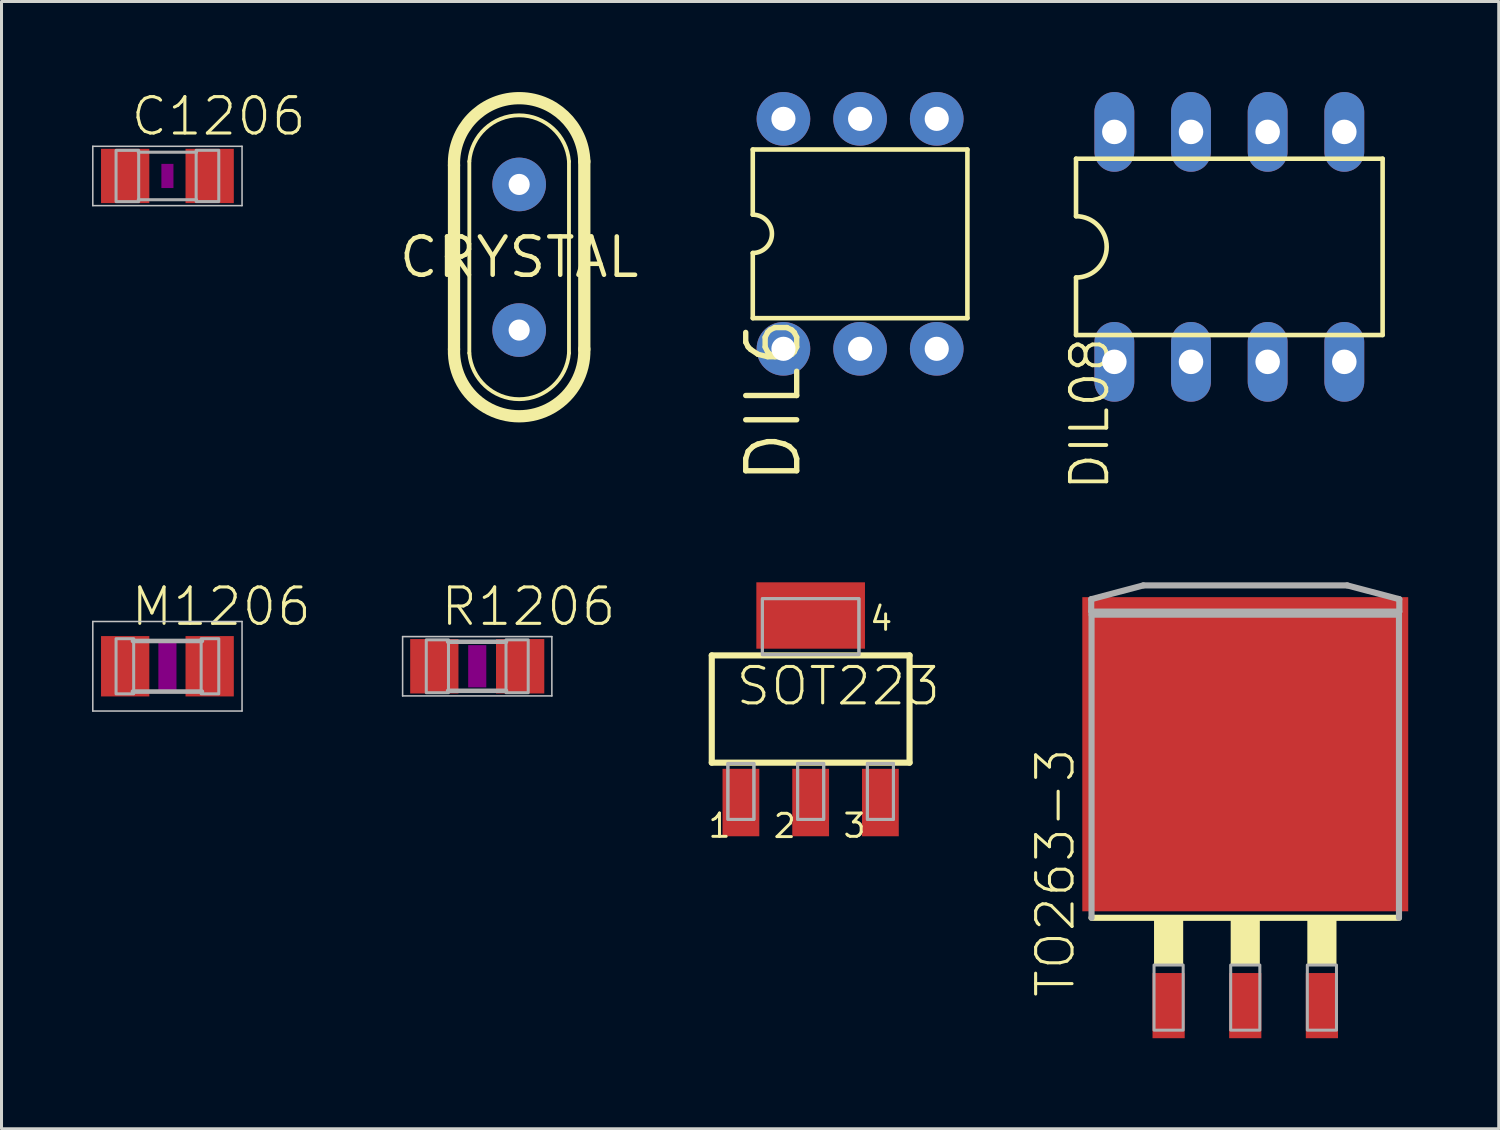
<source format=kicad_pcb>
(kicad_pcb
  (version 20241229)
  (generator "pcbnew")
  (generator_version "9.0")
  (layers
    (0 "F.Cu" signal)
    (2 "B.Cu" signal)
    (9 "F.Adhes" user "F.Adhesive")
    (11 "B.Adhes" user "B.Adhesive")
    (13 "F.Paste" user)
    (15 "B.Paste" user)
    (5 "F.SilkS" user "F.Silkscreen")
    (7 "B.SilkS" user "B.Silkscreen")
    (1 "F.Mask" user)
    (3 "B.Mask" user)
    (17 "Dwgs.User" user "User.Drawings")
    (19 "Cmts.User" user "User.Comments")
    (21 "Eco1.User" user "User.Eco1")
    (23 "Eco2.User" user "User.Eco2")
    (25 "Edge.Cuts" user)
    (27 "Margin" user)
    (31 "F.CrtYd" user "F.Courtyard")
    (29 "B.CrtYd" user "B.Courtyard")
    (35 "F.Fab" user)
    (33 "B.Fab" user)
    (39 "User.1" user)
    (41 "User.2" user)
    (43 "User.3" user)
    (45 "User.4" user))
  (footprint "SOT223"
    (layer "F.Cu")
    (at 23.814 20.446)
    (property "Reference" "SOT223" (at -2.54 -0.051 0) (layer "F.SilkS") (effects (font (size 1.206 1.206) (thickness 0.102)) (justify left bottom)))
    (attr through_hole)
    (fp_line (start -3.277 -1.778) (end 3.277 -1.778) (stroke (width 0.203) (type solid)) (layer "F.SilkS"))
    (fp_line (start -3.277 1.778) (end -3.277 -1.778) (stroke (width 0.203) (type solid)) (layer "F.SilkS"))
    (fp_line (start 3.277 -1.778) (end 3.277 1.778) (stroke (width 0.203) (type solid)) (layer "F.SilkS"))
    (fp_line (start 3.277 1.778) (end -3.277 1.778) (stroke (width 0.203) (type solid)) (layer "F.SilkS"))
    (fp_poly (pts (xy -2.743 3.658) (xy -1.88 3.658) (xy -1.88 1.803) (xy -2.743 1.803)) (stroke (width 0.1) (type solid)) (fill no) (layer "F.Fab"))
    (fp_poly (pts (xy -2.743 3.658) (xy -1.88 3.658) (xy -1.88 1.803) (xy -2.743 1.803)) (stroke (width 0.1) (type solid)) (fill no) (layer "F.Fab"))
    (fp_poly (pts (xy -1.6 -1.803) (xy 1.6 -1.803) (xy 1.6 -3.658) (xy -1.6 -3.658)) (stroke (width 0.1) (type solid)) (fill no) (layer "F.Fab"))
    (fp_poly (pts (xy -1.6 -1.803) (xy 1.6 -1.803) (xy 1.6 -3.658) (xy -1.6 -3.658)) (stroke (width 0.1) (type solid)) (fill no) (layer "F.Fab"))
    (fp_poly (pts (xy -0.432 3.658) (xy 0.432 3.658) (xy 0.432 1.803) (xy -0.432 1.803)) (stroke (width 0.1) (type solid)) (fill no) (layer "F.Fab"))
    (fp_poly (pts (xy -0.432 3.658) (xy 0.432 3.658) (xy 0.432 1.803) (xy -0.432 1.803)) (stroke (width 0.1) (type solid)) (fill no) (layer "F.Fab"))
    (fp_poly (pts (xy 1.88 3.658) (xy 2.743 3.658) (xy 2.743 1.803) (xy 1.88 1.803)) (stroke (width 0.1) (type solid)) (fill no) (layer "F.Fab"))
    (fp_poly (pts (xy 1.88 3.658) (xy 2.743 3.658) (xy 2.743 1.803) (xy 1.88 1.803)) (stroke (width 0.1) (type solid)) (fill no) (layer "F.Fab"))
    (fp_text user "4" (at 1.905 -2.54 0) (layer "F.SilkS") (effects (font (size 0.772 0.772) (thickness 0.098)) (justify left bottom)))
    (fp_text user "2" (at -1.291 4.327 0) (layer "F.SilkS") (effects (font (size 0.772 0.772) (thickness 0.098)) (justify left bottom)))
    (fp_text user "1" (at -3.453 4.318 0) (layer "F.SilkS") (effects (font (size 0.772 0.772) (thickness 0.098)) (justify left bottom)))
    (fp_text user "3" (at 1.021 4.318 0) (layer "F.SilkS") (effects (font (size 0.772 0.772) (thickness 0.098)) (justify left bottom)))
    (pad "1" smd rect (at -2.311 3.099) (size 1.219 2.235) (layers "F.Cu" "F.Mask" "F.Paste"))
    (pad "2" smd rect (at 0 3.099) (size 1.219 2.235) (layers "F.Cu" "F.Mask" "F.Paste"))
    (pad "3" smd rect (at 2.311 3.099) (size 1.219 2.235) (layers "F.Cu" "F.Mask" "F.Paste"))
    (pad "4" smd rect (at 0 -3.099) (size 3.6 2.2) (layers "F.Cu" "F.Mask" "F.Paste")))
  (footprint "TO263-3"
    (layer "F.Cu")
    (at 38.216 24.484)
    (property "Reference" "TO263-3" (at -5.588 5.588 90) (layer "F.SilkS") (effects (font (size 1.206 1.206) (thickness 0.102)) (justify left bottom)))
    (attr through_hole)
    (fp_line (start 5.094 2.88) (end -5.094 2.88) (stroke (width 0.203) (type solid)) (layer "F.SilkS"))
    (fp_poly (pts (xy -3.023 4.47) (xy -2.057 4.47) (xy -2.057 2.794) (xy -3.023 2.794)) (stroke (width 0) (type solid)) (fill yes) (layer "F.SilkS"))
    (fp_poly (pts (xy -0.483 4.47) (xy 0.483 4.47) (xy 0.483 2.794) (xy -0.483 2.794)) (stroke (width 0) (type solid)) (fill yes) (layer "F.SilkS"))
    (fp_poly (pts (xy 2.057 4.47) (xy 3.023 4.47) (xy 3.023 2.794) (xy 2.057 2.794)) (stroke (width 0) (type solid)) (fill yes) (layer "F.SilkS"))
    (fp_line (start -5.105 -7.678) (end -3.378 -8.135) (stroke (width 0.203) (type solid)) (layer "F.Fab"))
    (fp_line (start -5.105 -7.267) (end -5.105 -7.678) (stroke (width 0.203) (type solid)) (layer "F.Fab"))
    (fp_line (start -5.094 -7.165) (end 5.094 -7.165) (stroke (width 0.203) (type solid)) (layer "F.Fab"))
    (fp_line (start -5.094 2.88) (end -5.094 -7.165) (stroke (width 0.203) (type solid)) (layer "F.Fab"))
    (fp_line (start -3.378 -8.135) (end 3.378 -8.135) (stroke (width 0.203) (type solid)) (layer "F.Fab"))
    (fp_line (start 3.378 -8.135) (end 5.105 -7.678) (stroke (width 0.203) (type solid)) (layer "F.Fab"))
    (fp_line (start 5.094 -7.165) (end 5.094 2.88) (stroke (width 0.203) (type solid)) (layer "F.Fab"))
    (fp_line (start 5.105 -7.678) (end 5.105 -7.267) (stroke (width 0.203) (type solid)) (layer "F.Fab"))
    (fp_line (start 5.105 -7.267) (end -5.105 -7.267) (stroke (width 0.203) (type solid)) (layer "F.Fab"))
    (fp_poly (pts (xy -3.023 6.604) (xy -2.057 6.604) (xy -2.057 4.445) (xy -3.023 4.445)) (stroke (width 0.1) (type solid)) (fill no) (layer "F.Fab"))
    (fp_poly (pts (xy -0.483 6.604) (xy 0.483 6.604) (xy 0.483 4.445) (xy -0.483 4.445)) (stroke (width 0.1) (type solid)) (fill no) (layer "F.Fab"))
    (fp_poly (pts (xy 2.057 6.604) (xy 3.023 6.604) (xy 3.023 4.445) (xy 2.057 4.445)) (stroke (width 0.1) (type solid)) (fill no) (layer "F.Fab"))
    (fp_poly (pts (xy -5.105 -7.267) (xy -5.105 -7.678) (xy -3.378 -8.135) (xy 3.378 -8.135) (xy 5.105 -7.678) (xy 5.105 -7.267)) (stroke (width 0.1) (type solid)) (fill no) (layer "F.Fab"))
    (pad "1" smd rect (at -2.54 5.791) (size 1.067 2.159) (layers "F.Cu" "F.Mask" "F.Paste"))
    (pad "2" smd rect (at 0 5.791) (size 1.067 2.159) (layers "F.Cu" "F.Mask" "F.Paste"))
    (pad "3" smd rect (at 2.54 5.791) (size 1.067 2.159) (layers "F.Cu" "F.Mask" "F.Paste"))
    (pad "TAB" smd rect (at 0 -2.54) (size 10.8 10.41) (layers "F.Cu" "F.Mask" "F.Paste")))
  (footprint "CRYSTAL"
    (layer "F.Cu")
    (at 14.154 5.475)
    (property "Reference" "CRYSTAL" (at 0 0 0) (layer "F.SilkS") (effects (font (size 1.27 1.27) (thickness 0.15))))
    (attr through_hole)
    (fp_line (start -2.159 3.048) (end -2.159 -3.048) (stroke (width 0.406) (type solid)) (layer "F.SilkS"))
    (fp_line (start -1.651 3.175) (end -1.651 -3.175) (stroke (width 0.127) (type solid)) (layer "F.SilkS"))
    (fp_line (start 1.651 3.175) (end 1.651 -3.175) (stroke (width 0.127) (type solid)) (layer "F.SilkS"))
    (fp_line (start 2.159 -3.175) (end 2.159 3.048) (stroke (width 0.406) (type solid)) (layer "F.SilkS"))
    (fp_arc (start -2.159 -3.048) (mid -0.0635 -5.2705) (end 2.159 -3.175) (stroke (width 0.4064) (type solid)) (layer "F.SilkS"))
    (fp_arc (start -1.651 -3.175) (mid 0.000001 -4.703876) (end 1.651 -3.174998) (stroke (width 0.127) (type solid)) (layer "F.SilkS"))
    (fp_arc (start 1.651 3.174998) (mid 0.000001 4.703876) (end -1.651 3.175) (stroke (width 0.127) (type solid)) (layer "F.SilkS"))
    (fp_arc (start 2.159 3.048) (mid 0 5.271434) (end -2.159 3.048) (stroke (width 0.4064) (type solid)) (layer "F.SilkS"))
    (pad "1" thru_hole circle (at 0 2.413) (size 1.778 1.778) (drill 0.7) (layers "*.Cu" "*.Mask"))
    (pad "2" thru_hole circle (at 0 -2.413) (size 1.778 1.778) (drill 0.7) (layers "*.Cu" "*.Mask")))
  (footprint "DIL08"
    (layer "F.Cu")
    (at 37.688 5.131)
    (property "Reference" "DIL08" (at -5.334 2.921 90) (layer "F.SilkS") (effects (font (size 1.206 1.206) (thickness 0.127)) (justify right top)))
    (attr through_hole)
    (fp_line (start -5.08 -2.921) (end -5.08 -1.016) (stroke (width 0.152) (type solid)) (layer "F.SilkS"))
    (fp_line (start -5.08 2.921) (end -5.08 1.016) (stroke (width 0.152) (type solid)) (layer "F.SilkS"))
    (fp_line (start -5.08 2.921) (end 5.08 2.921) (stroke (width 0.152) (type solid)) (layer "F.SilkS"))
    (fp_line (start 5.08 -2.921) (end -5.08 -2.921) (stroke (width 0.152) (type solid)) (layer "F.SilkS"))
    (fp_line (start 5.08 -2.921) (end 5.08 2.921) (stroke (width 0.152) (type solid)) (layer "F.SilkS"))
    (fp_arc (start -5.08 -1.016) (mid -4.064 0) (end -5.08 1.016) (stroke (width 0.1524) (type solid)) (layer "F.SilkS"))
    (pad "1" thru_hole oval (at -3.81 3.81 90) (size 2.642 1.321) (drill 0.813) (layers "*.Cu" "*.Mask"))
    (pad "2" thru_hole oval (at -1.27 3.81 90) (size 2.642 1.321) (drill 0.813) (layers "*.Cu" "*.Mask"))
    (pad "3" thru_hole oval (at 1.27 3.81 90) (size 2.642 1.321) (drill 0.813) (layers "*.Cu" "*.Mask"))
    (pad "4" thru_hole oval (at 3.81 3.81 90) (size 2.642 1.321) (drill 0.813) (layers "*.Cu" "*.Mask"))
    (pad "5" thru_hole oval (at 3.81 -3.81 90) (size 2.642 1.321) (drill 0.813) (layers "*.Cu" "*.Mask"))
    (pad "6" thru_hole oval (at 1.27 -3.81 90) (size 2.642 1.321) (drill 0.813) (layers "*.Cu" "*.Mask"))
    (pad "7" thru_hole oval (at -1.27 -3.81 90) (size 2.642 1.321) (drill 0.813) (layers "*.Cu" "*.Mask"))
    (pad "8" thru_hole oval (at -3.81 -3.81 90) (size 2.642 1.321) (drill 0.813) (layers "*.Cu" "*.Mask")))
  (footprint "C1206"
    (layer "F.Cu")
    (at 2.498 2.781)
    (property "Reference" "C1206" (at -1.27 -1.27 0) (layer "F.SilkS") (effects (font (size 1.206 1.206) (thickness 0.102)) (justify left bottom)))
    (attr through_hole)
    (fp_poly (pts (xy -0.2 0.4) (xy 0.2 0.4) (xy 0.2 -0.4) (xy -0.2 -0.4)) (stroke (width 0) (type solid)) (fill yes) (layer "F.Adhes"))
    (fp_line (start -2.473 -0.983) (end 2.473 -0.983) (stroke (width 0.051) (type solid)) (layer "Dwgs.User"))
    (fp_line (start -2.473 0.983) (end -2.473 -0.983) (stroke (width 0.051) (type solid)) (layer "Dwgs.User"))
    (fp_line (start 2.473 -0.983) (end 2.473 0.983) (stroke (width 0.051) (type solid)) (layer "Dwgs.User"))
    (fp_line (start 2.473 0.983) (end -2.473 0.983) (stroke (width 0.051) (type solid)) (layer "Dwgs.User"))
    (fp_line (start -0.965 -0.787) (end 0.965 -0.787) (stroke (width 0.102) (type solid)) (layer "F.Fab"))
    (fp_line (start -0.965 0.787) (end 0.965 0.787) (stroke (width 0.102) (type solid)) (layer "F.Fab"))
    (fp_poly (pts (xy -1.702 0.851) (xy -0.952 0.851) (xy -0.952 -0.849) (xy -1.702 -0.849)) (stroke (width 0.1) (type solid)) (fill no) (layer "F.Fab"))
    (fp_poly (pts (xy 0.952 0.849) (xy 1.702 0.849) (xy 1.702 -0.851) (xy 0.952 -0.851)) (stroke (width 0.1) (type solid)) (fill no) (layer "F.Fab"))
    (pad "1" smd rect (at -1.4 0) (size 1.6 1.8) (layers "F.Cu" "F.Mask" "F.Paste"))
    (pad "2" smd rect (at 1.4 0) (size 1.6 1.8) (layers "F.Cu" "F.Mask" "F.Paste")))
  (footprint "R1206"
    (layer "F.Cu")
    (at 12.765 19.029)
    (property "Reference" "R1206" (at -1.27 -1.27 0) (layer "F.SilkS") (effects (font (size 1.206 1.206) (thickness 0.102)) (justify left bottom)))
    (attr through_hole)
    (fp_poly (pts (xy -0.3 0.7) (xy 0.3 0.7) (xy 0.3 -0.7) (xy -0.3 -0.7)) (stroke (width 0) (type solid)) (fill yes) (layer "F.Adhes"))
    (fp_line (start -2.473 -0.983) (end 2.473 -0.983) (stroke (width 0.051) (type solid)) (layer "Dwgs.User"))
    (fp_line (start -2.473 0.983) (end -2.473 -0.983) (stroke (width 0.051) (type solid)) (layer "Dwgs.User"))
    (fp_line (start 2.473 -0.983) (end 2.473 0.983) (stroke (width 0.051) (type solid)) (layer "Dwgs.User"))
    (fp_line (start 2.473 0.983) (end -2.473 0.983) (stroke (width 0.051) (type solid)) (layer "Dwgs.User"))
    (fp_line (start 0.953 -0.813) (end -0.965 -0.813) (stroke (width 0.152) (type solid)) (layer "F.Fab"))
    (fp_line (start 0.953 0.813) (end -0.965 0.813) (stroke (width 0.152) (type solid)) (layer "F.Fab"))
    (fp_poly (pts (xy -1.689 0.876) (xy -0.953 0.876) (xy -0.953 -0.876) (xy -1.689 -0.876)) (stroke (width 0.1) (type solid)) (fill no) (layer "F.Fab"))
    (fp_poly (pts (xy 0.953 0.876) (xy 1.689 0.876) (xy 1.689 -0.876) (xy 0.953 -0.876)) (stroke (width 0.1) (type solid)) (fill no) (layer "F.Fab"))
    (pad "1" smd rect (at -1.422 0) (size 1.6 1.803) (layers "F.Cu" "F.Mask" "F.Paste"))
    (pad "2" smd rect (at 1.422 0) (size 1.6 1.803) (layers "F.Cu" "F.Mask" "F.Paste")))
  (footprint "M1206"
    (layer "F.Cu")
    (at 2.498 19.029)
    (property "Reference" "M1206" (at -1.27 -1.27 0) (layer "F.SilkS") (effects (font (size 1.206 1.206) (thickness 0.102)) (justify left bottom)))
    (attr through_hole)
    (fp_poly (pts (xy -0.3 0.8) (xy 0.3 0.8) (xy 0.3 -0.8) (xy -0.3 -0.8)) (stroke (width 0) (type solid)) (fill yes) (layer "F.Adhes"))
    (fp_line (start -2.473 -1.483) (end 2.473 -1.483) (stroke (width 0.051) (type solid)) (layer "Dwgs.User"))
    (fp_line (start -2.473 1.483) (end -2.473 -1.483) (stroke (width 0.051) (type solid)) (layer "Dwgs.User"))
    (fp_line (start 2.473 -1.483) (end 2.473 1.483) (stroke (width 0.051) (type solid)) (layer "Dwgs.User"))
    (fp_line (start 2.473 1.483) (end -2.473 1.483) (stroke (width 0.051) (type solid)) (layer "Dwgs.User"))
    (fp_line (start 1.143 -0.838) (end -1.143 -0.838) (stroke (width 0.152) (type solid)) (layer "F.Fab"))
    (fp_line (start 1.143 0.838) (end -1.143 0.838) (stroke (width 0.152) (type solid)) (layer "F.Fab"))
    (fp_poly (pts (xy -1.702 0.914) (xy -1.118 0.914) (xy -1.118 -0.914) (xy -1.702 -0.914)) (stroke (width 0.1) (type solid)) (fill no) (layer "F.Fab"))
    (fp_poly (pts (xy 1.118 0.914) (xy 1.702 0.914) (xy 1.702 -0.914) (xy 1.118 -0.914)) (stroke (width 0.1) (type solid)) (fill no) (layer "F.Fab"))
    (pad "1" smd rect (at -1.4 0) (size 1.6 2) (layers "F.Cu" "F.Mask" "F.Paste"))
    (pad "2" smd rect (at 1.4 0) (size 1.6 2) (layers "F.Cu" "F.Mask" "F.Paste")))
  (footprint "DIL6"
    (layer "F.Cu")
    (at 25.452 4.699)
    (property "Reference" "DIL6" (at -3.861 2.667 90) (layer "F.SilkS") (effects (font (size 1.689 1.689) (thickness 0.178)) (justify right top)))
    (attr through_hole)
    (fp_line (start -3.556 -2.794) (end -3.556 -0.635) (stroke (width 0.152) (type solid)) (layer "F.SilkS"))
    (fp_line (start -3.556 -2.794) (end 3.556 -2.794) (stroke (width 0.152) (type solid)) (layer "F.SilkS"))
    (fp_line (start -3.556 0.635) (end -3.556 2.794) (stroke (width 0.152) (type solid)) (layer "F.SilkS"))
    (fp_line (start -3.556 2.794) (end 3.556 2.794) (stroke (width 0.152) (type solid)) (layer "F.SilkS"))
    (fp_line (start 3.556 2.794) (end 3.556 -2.794) (stroke (width 0.152) (type solid)) (layer "F.SilkS"))
    (fp_arc (start -3.556 -0.635) (mid -2.921 0) (end -3.556 0.635) (stroke (width 0.1524) (type solid)) (layer "F.SilkS"))
    (pad "P$1" thru_hole circle (at -2.54 -3.81) (size 1.778 1.778) (drill 0.8) (layers "*.Cu" "*.Mask"))
    (pad "P$2" thru_hole circle (at 0 -3.81) (size 1.778 1.778) (drill 0.8) (layers "*.Cu" "*.Mask"))
    (pad "P$3" thru_hole circle (at 2.54 -3.81) (size 1.778 1.778) (drill 0.8) (layers "*.Cu" "*.Mask"))
    (pad "P$4" thru_hole circle (at -2.54 3.81) (size 1.778 1.778) (drill 0.8) (layers "*.Cu" "*.Mask"))
    (pad "P$5" thru_hole circle (at 0 3.81) (size 1.778 1.778) (drill 0.8) (layers "*.Cu" "*.Mask"))
    (pad "P$6" thru_hole circle (at 2.54 3.81) (size 1.778 1.778) (drill 0.8) (layers "*.Cu" "*.Mask")))
  (gr_rect
    (start -3 -3)
    (end 46.616 34.355)
    (stroke (width 0.1) (type default))
    (fill no)
    (layer "Edge.Cuts")))
</source>
